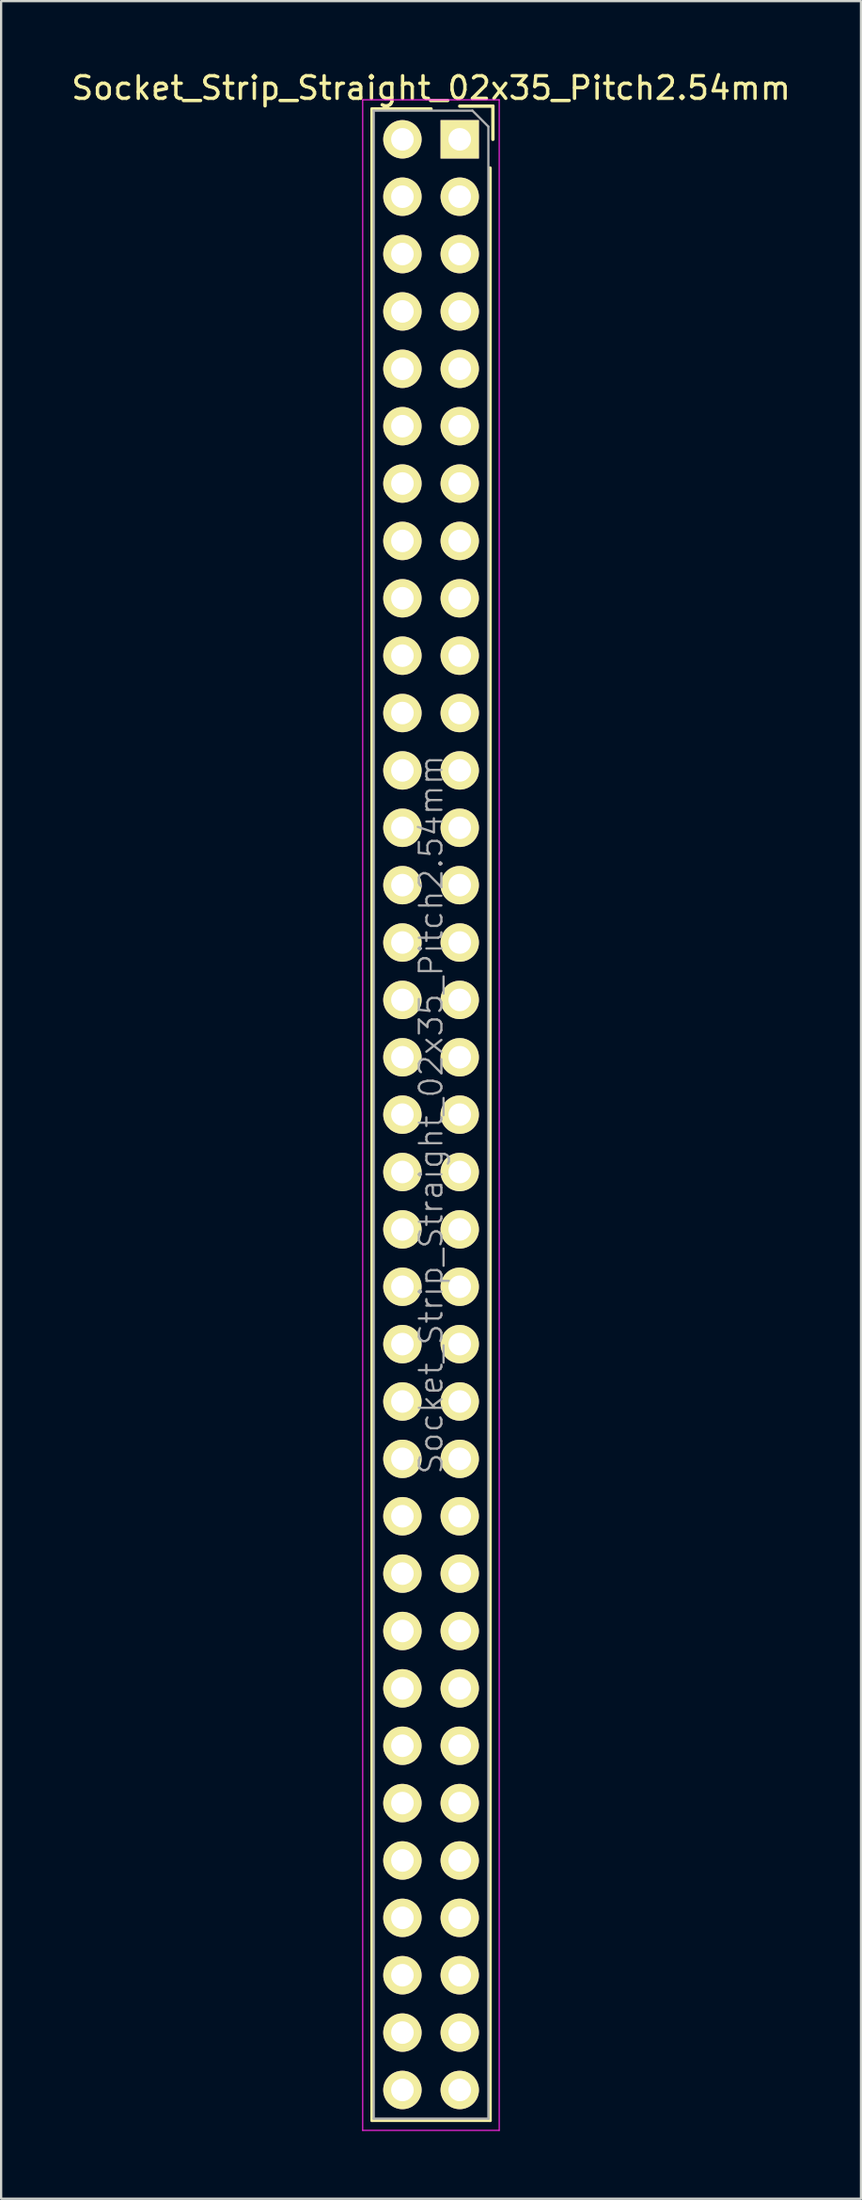
<source format=kicad_pcb>
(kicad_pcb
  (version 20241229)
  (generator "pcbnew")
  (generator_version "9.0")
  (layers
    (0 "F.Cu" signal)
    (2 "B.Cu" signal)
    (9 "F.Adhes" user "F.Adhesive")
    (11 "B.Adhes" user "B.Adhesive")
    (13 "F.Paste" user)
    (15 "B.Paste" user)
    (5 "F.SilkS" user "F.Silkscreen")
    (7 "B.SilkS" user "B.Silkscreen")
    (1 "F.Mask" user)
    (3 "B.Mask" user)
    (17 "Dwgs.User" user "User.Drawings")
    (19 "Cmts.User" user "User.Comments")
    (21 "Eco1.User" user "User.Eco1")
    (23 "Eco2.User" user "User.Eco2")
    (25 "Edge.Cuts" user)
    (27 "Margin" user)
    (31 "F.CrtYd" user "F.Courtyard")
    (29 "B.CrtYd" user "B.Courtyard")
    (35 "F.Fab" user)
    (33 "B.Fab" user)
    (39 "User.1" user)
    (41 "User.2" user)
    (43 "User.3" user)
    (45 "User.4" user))
  (footprint "Socket_Strip_Straight_02x35_Pitch2.54mm"
    (layer "F.Cu")
    (at 17.324 3.118)
    (property "Reference" "Socket_Strip_Straight_02x35_Pitch2.54mm" (at -1.27 -2.27 0) (layer "F.SilkS") (effects (font (size 1 1) (thickness 0.15))))
    (attr smd)
    (fp_line (start -3.885 -1.345) (end -3.885 87.705) (stroke (width 0.15) (type solid)) (layer "F.SilkS"))
    (fp_line (start -1.27 -1.345) (end -3.885 -1.345) (stroke (width 0.15) (type solid)) (layer "F.SilkS"))
    (fp_line (start 1.345 1.27) (end 1.345 87.705) (stroke (width 0.15) (type solid)) (layer "F.SilkS"))
    (fp_line (start 1.345 87.705) (end -3.885 87.705) (stroke (width 0.15) (type solid)) (layer "F.SilkS"))
    (fp_line (start 1.47 -1.47) (end 0 -1.47) (stroke (width 0.15) (type solid)) (layer "F.SilkS"))
    (fp_line (start 1.47 -1.47) (end 1.47 0) (stroke (width 0.15) (type solid)) (layer "F.SilkS"))
    (fp_line (start -4.3 -1.75) (end -4.3 88.15) (stroke (width 0.05) (type solid)) (layer "F.CrtYd"))
    (fp_line (start 1.75 -1.75) (end -4.3 -1.75) (stroke (width 0.05) (type solid)) (layer "F.CrtYd"))
    (fp_line (start 1.75 -1.75) (end 1.75 88.15) (stroke (width 0.05) (type solid)) (layer "F.CrtYd"))
    (fp_line (start 1.75 88.15) (end -4.3 88.15) (stroke (width 0.05) (type solid)) (layer "F.CrtYd"))
    (fp_line (start -3.81 -1.27) (end 0.563 -1.27) (stroke (width 0.1) (type solid)) (layer "F.Fab"))
    (fp_line (start -3.81 87.63) (end -3.81 -1.27) (stroke (width 0.1) (type solid)) (layer "F.Fab"))
    (fp_line (start -3.81 87.63) (end 1.27 87.63) (stroke (width 0.1) (type solid)) (layer "F.Fab"))
    (fp_line (start 1.27 -0.563) (end 0.563 -1.27) (stroke (width 0.1) (type solid)) (layer "F.Fab"))
    (fp_line (start 1.27 87.63) (end 1.27 -0.563) (stroke (width 0.1) (type solid)) (layer "F.Fab"))
    (fp_text user "${REFERENCE}" (at -1.27 43.18 90) (layer "F.Fab") (effects (font (size 1 1) (thickness 0.1))))
    (pad "1" thru_hole rect (at 0 0) (size 1.7 1.7) (drill 1) (layers "*.Cu" "*.Mask" "F.SilkS"))
    (pad "2" thru_hole oval (at -2.54 0) (size 1.7 1.7) (drill 1) (layers "*.Cu" "*.Mask" "F.SilkS"))
    (pad "3" thru_hole oval (at 0 2.54) (size 1.7 1.7) (drill 1) (layers "*.Cu" "*.Mask" "F.SilkS"))
    (pad "4" thru_hole oval (at -2.54 2.54) (size 1.7 1.7) (drill 1) (layers "*.Cu" "*.Mask" "F.SilkS"))
    (pad "5" thru_hole oval (at 0 5.08) (size 1.7 1.7) (drill 1) (layers "*.Cu" "*.Mask" "F.SilkS"))
    (pad "6" thru_hole oval (at -2.54 5.08) (size 1.7 1.7) (drill 1) (layers "*.Cu" "*.Mask" "F.SilkS"))
    (pad "7" thru_hole oval (at 0 7.62) (size 1.7 1.7) (drill 1) (layers "*.Cu" "*.Mask" "F.SilkS"))
    (pad "8" thru_hole oval (at -2.54 7.62) (size 1.7 1.7) (drill 1) (layers "*.Cu" "*.Mask" "F.SilkS"))
    (pad "9" thru_hole oval (at 0 10.16) (size 1.7 1.7) (drill 1) (layers "*.Cu" "*.Mask" "F.SilkS"))
    (pad "10" thru_hole oval (at -2.54 10.16) (size 1.7 1.7) (drill 1) (layers "*.Cu" "*.Mask" "F.SilkS"))
    (pad "11" thru_hole oval (at 0 12.7) (size 1.7 1.7) (drill 1) (layers "*.Cu" "*.Mask" "F.SilkS"))
    (pad "12" thru_hole oval (at -2.54 12.7) (size 1.7 1.7) (drill 1) (layers "*.Cu" "*.Mask" "F.SilkS"))
    (pad "13" thru_hole oval (at 0 15.24) (size 1.7 1.7) (drill 1) (layers "*.Cu" "*.Mask" "F.SilkS"))
    (pad "14" thru_hole oval (at -2.54 15.24) (size 1.7 1.7) (drill 1) (layers "*.Cu" "*.Mask" "F.SilkS"))
    (pad "15" thru_hole oval (at 0 17.78) (size 1.7 1.7) (drill 1) (layers "*.Cu" "*.Mask" "F.SilkS"))
    (pad "16" thru_hole oval (at -2.54 17.78) (size 1.7 1.7) (drill 1) (layers "*.Cu" "*.Mask" "F.SilkS"))
    (pad "17" thru_hole oval (at 0 20.32) (size 1.7 1.7) (drill 1) (layers "*.Cu" "*.Mask" "F.SilkS"))
    (pad "18" thru_hole oval (at -2.54 20.32) (size 1.7 1.7) (drill 1) (layers "*.Cu" "*.Mask" "F.SilkS"))
    (pad "19" thru_hole oval (at 0 22.86) (size 1.7 1.7) (drill 1) (layers "*.Cu" "*.Mask" "F.SilkS"))
    (pad "20" thru_hole oval (at -2.54 22.86) (size 1.7 1.7) (drill 1) (layers "*.Cu" "*.Mask" "F.SilkS"))
    (pad "21" thru_hole oval (at 0 25.4) (size 1.7 1.7) (drill 1) (layers "*.Cu" "*.Mask" "F.SilkS"))
    (pad "22" thru_hole oval (at -2.54 25.4) (size 1.7 1.7) (drill 1) (layers "*.Cu" "*.Mask" "F.SilkS"))
    (pad "23" thru_hole oval (at 0 27.94) (size 1.7 1.7) (drill 1) (layers "*.Cu" "*.Mask" "F.SilkS"))
    (pad "24" thru_hole oval (at -2.54 27.94) (size 1.7 1.7) (drill 1) (layers "*.Cu" "*.Mask" "F.SilkS"))
    (pad "25" thru_hole oval (at 0 30.48) (size 1.7 1.7) (drill 1) (layers "*.Cu" "*.Mask" "F.SilkS"))
    (pad "26" thru_hole oval (at -2.54 30.48) (size 1.7 1.7) (drill 1) (layers "*.Cu" "*.Mask" "F.SilkS"))
    (pad "27" thru_hole oval (at 0 33.02) (size 1.7 1.7) (drill 1) (layers "*.Cu" "*.Mask" "F.SilkS"))
    (pad "28" thru_hole oval (at -2.54 33.02) (size 1.7 1.7) (drill 1) (layers "*.Cu" "*.Mask" "F.SilkS"))
    (pad "29" thru_hole oval (at 0 35.56) (size 1.7 1.7) (drill 1) (layers "*.Cu" "*.Mask" "F.SilkS"))
    (pad "30" thru_hole oval (at -2.54 35.56) (size 1.7 1.7) (drill 1) (layers "*.Cu" "*.Mask" "F.SilkS"))
    (pad "31" thru_hole oval (at 0 38.1) (size 1.7 1.7) (drill 1) (layers "*.Cu" "*.Mask" "F.SilkS"))
    (pad "32" thru_hole oval (at -2.54 38.1) (size 1.7 1.7) (drill 1) (layers "*.Cu" "*.Mask" "F.SilkS"))
    (pad "33" thru_hole oval (at 0 40.64) (size 1.7 1.7) (drill 1) (layers "*.Cu" "*.Mask" "F.SilkS"))
    (pad "34" thru_hole oval (at -2.54 40.64) (size 1.7 1.7) (drill 1) (layers "*.Cu" "*.Mask" "F.SilkS"))
    (pad "35" thru_hole oval (at 0 43.18) (size 1.7 1.7) (drill 1) (layers "*.Cu" "*.Mask" "F.SilkS"))
    (pad "36" thru_hole oval (at -2.54 43.18) (size 1.7 1.7) (drill 1) (layers "*.Cu" "*.Mask" "F.SilkS"))
    (pad "37" thru_hole oval (at 0 45.72) (size 1.7 1.7) (drill 1) (layers "*.Cu" "*.Mask" "F.SilkS"))
    (pad "38" thru_hole oval (at -2.54 45.72) (size 1.7 1.7) (drill 1) (layers "*.Cu" "*.Mask" "F.SilkS"))
    (pad "39" thru_hole oval (at 0 48.26) (size 1.7 1.7) (drill 1) (layers "*.Cu" "*.Mask" "F.SilkS"))
    (pad "40" thru_hole oval (at -2.54 48.26) (size 1.7 1.7) (drill 1) (layers "*.Cu" "*.Mask" "F.SilkS"))
    (pad "41" thru_hole oval (at 0 50.8) (size 1.7 1.7) (drill 1) (layers "*.Cu" "*.Mask" "F.SilkS"))
    (pad "42" thru_hole oval (at -2.54 50.8) (size 1.7 1.7) (drill 1) (layers "*.Cu" "*.Mask" "F.SilkS"))
    (pad "43" thru_hole oval (at 0 53.34) (size 1.7 1.7) (drill 1) (layers "*.Cu" "*.Mask" "F.SilkS"))
    (pad "44" thru_hole oval (at -2.54 53.34) (size 1.7 1.7) (drill 1) (layers "*.Cu" "*.Mask" "F.SilkS"))
    (pad "45" thru_hole oval (at 0 55.88) (size 1.7 1.7) (drill 1) (layers "*.Cu" "*.Mask" "F.SilkS"))
    (pad "46" thru_hole oval (at -2.54 55.88) (size 1.7 1.7) (drill 1) (layers "*.Cu" "*.Mask" "F.SilkS"))
    (pad "47" thru_hole oval (at 0 58.42) (size 1.7 1.7) (drill 1) (layers "*.Cu" "*.Mask" "F.SilkS"))
    (pad "48" thru_hole oval (at -2.54 58.42) (size 1.7 1.7) (drill 1) (layers "*.Cu" "*.Mask" "F.SilkS"))
    (pad "49" thru_hole oval (at 0 60.96) (size 1.7 1.7) (drill 1) (layers "*.Cu" "*.Mask" "F.SilkS"))
    (pad "50" thru_hole oval (at -2.54 60.96) (size 1.7 1.7) (drill 1) (layers "*.Cu" "*.Mask" "F.SilkS"))
    (pad "51" thru_hole oval (at 0 63.5) (size 1.7 1.7) (drill 1) (layers "*.Cu" "*.Mask" "F.SilkS"))
    (pad "52" thru_hole oval (at -2.54 63.5) (size 1.7 1.7) (drill 1) (layers "*.Cu" "*.Mask" "F.SilkS"))
    (pad "53" thru_hole oval (at 0 66.04) (size 1.7 1.7) (drill 1) (layers "*.Cu" "*.Mask" "F.SilkS"))
    (pad "54" thru_hole oval (at -2.54 66.04) (size 1.7 1.7) (drill 1) (layers "*.Cu" "*.Mask" "F.SilkS"))
    (pad "55" thru_hole oval (at 0 68.58) (size 1.7 1.7) (drill 1) (layers "*.Cu" "*.Mask" "F.SilkS"))
    (pad "56" thru_hole oval (at -2.54 68.58) (size 1.7 1.7) (drill 1) (layers "*.Cu" "*.Mask" "F.SilkS"))
    (pad "57" thru_hole oval (at 0 71.12) (size 1.7 1.7) (drill 1) (layers "*.Cu" "*.Mask" "F.SilkS"))
    (pad "58" thru_hole oval (at -2.54 71.12) (size 1.7 1.7) (drill 1) (layers "*.Cu" "*.Mask" "F.SilkS"))
    (pad "59" thru_hole oval (at 0 73.66) (size 1.7 1.7) (drill 1) (layers "*.Cu" "*.Mask" "F.SilkS"))
    (pad "60" thru_hole oval (at -2.54 73.66) (size 1.7 1.7) (drill 1) (layers "*.Cu" "*.Mask" "F.SilkS"))
    (pad "61" thru_hole oval (at 0 76.2) (size 1.7 1.7) (drill 1) (layers "*.Cu" "*.Mask" "F.SilkS"))
    (pad "62" thru_hole oval (at -2.54 76.2) (size 1.7 1.7) (drill 1) (layers "*.Cu" "*.Mask" "F.SilkS"))
    (pad "63" thru_hole oval (at 0 78.74) (size 1.7 1.7) (drill 1) (layers "*.Cu" "*.Mask" "F.SilkS"))
    (pad "64" thru_hole oval (at -2.54 78.74) (size 1.7 1.7) (drill 1) (layers "*.Cu" "*.Mask" "F.SilkS"))
    (pad "65" thru_hole oval (at 0 81.28) (size 1.7 1.7) (drill 1) (layers "*.Cu" "*.Mask" "F.SilkS"))
    (pad "66" thru_hole oval (at -2.54 81.28) (size 1.7 1.7) (drill 1) (layers "*.Cu" "*.Mask" "F.SilkS"))
    (pad "67" thru_hole oval (at 0 83.82) (size 1.7 1.7) (drill 1) (layers "*.Cu" "*.Mask" "F.SilkS"))
    (pad "68" thru_hole oval (at -2.54 83.82) (size 1.7 1.7) (drill 1) (layers "*.Cu" "*.Mask" "F.SilkS"))
    (pad "69" thru_hole oval (at 0 86.36) (size 1.7 1.7) (drill 1) (layers "*.Cu" "*.Mask" "F.SilkS"))
    (pad "70" thru_hole oval (at -2.54 86.36) (size 1.7 1.7) (drill 1) (layers "*.Cu" "*.Mask" "F.SilkS")))
  (gr_rect
    (start -3 -3)
    (end 35.107 94.293)
    (stroke (width 0.1) (type default))
    (fill no)
    (layer "Edge.Cuts")))
</source>
